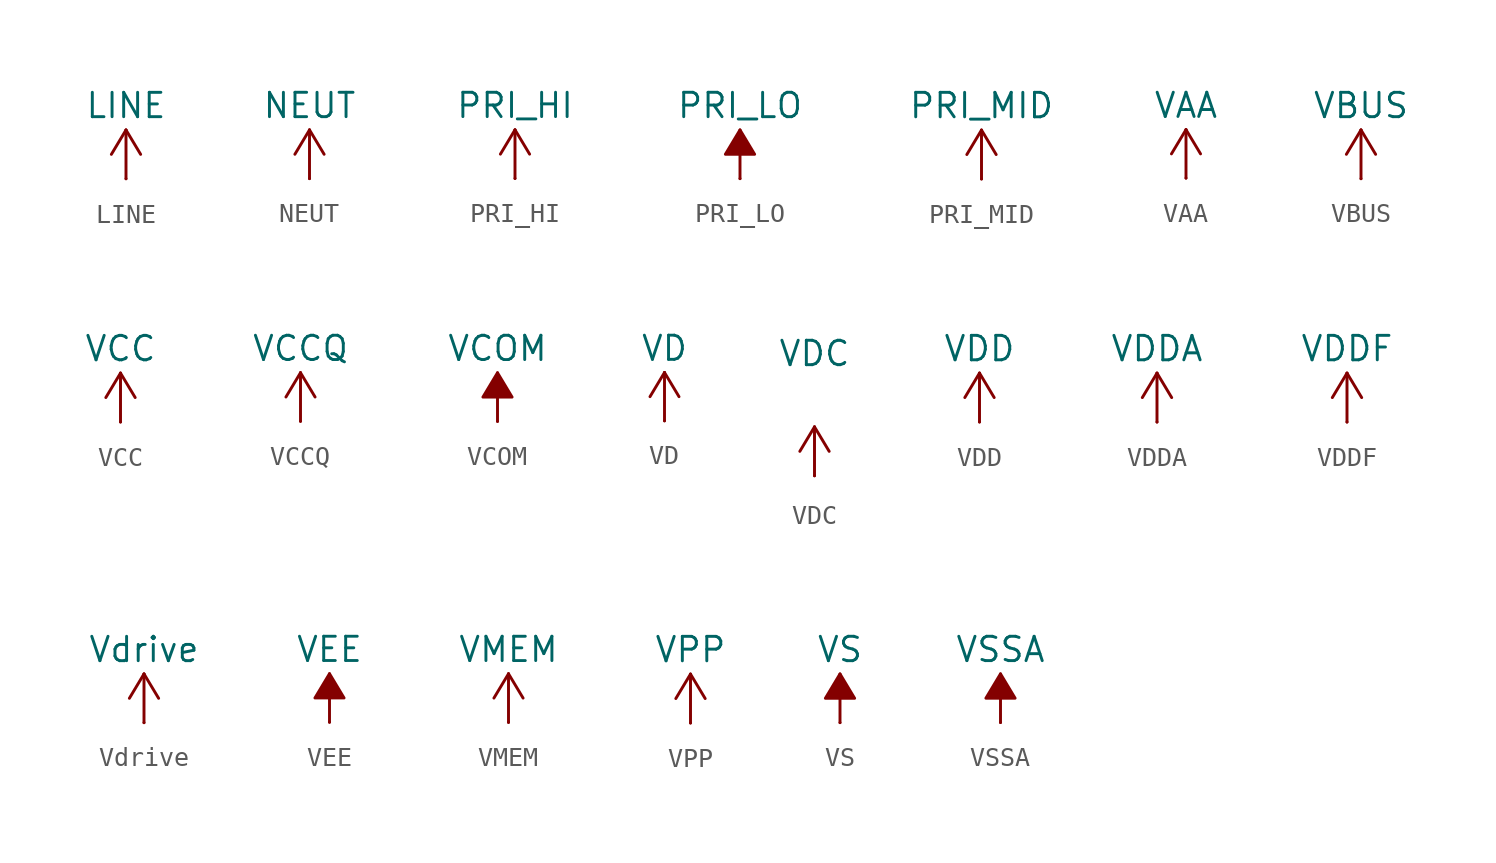
<source format=kicad_sym>
(kicad_symbol_lib
  (version 20231120)
  (generator "kicad_symbol_editor")
  (generator_version "8.0")
  (symbol "LINE"
    (power)
    (pin_numbers hide)
    (pin_names
      (offset 0) hide)
    (property "Reference" "#PWR"
      (at 0 -3.81 0)
      (effects (font (size 1.27 1.27)) (hide yes)))
    (property "Value" "LINE"
      (at 0 3.81 0)
      (effects (font (size 1.27 1.27))))
    (symbol "LINE_0_1"
      (polyline (pts (xy -0.762 1.27) (xy 0 2.54)) (stroke (width 0) (type default)) (fill (type none)))
      (polyline (pts (xy 0 0) (xy 0 2.54)) (stroke (width 0) (type default)) (fill (type none)))
      (polyline (pts (xy 0 2.54) (xy 0.762 1.27)) (stroke (width 0) (type default)) (fill (type none))))
    (symbol "LINE_1_1"
      (pin power_in line (at 0 0 90) (length 0) (name "~" (effects (font (size 1.27 1.27)))) (number "1" (effects (font (size 1.27 1.27)))))))
  (symbol "NEUT"
    (power)
    (pin_numbers hide)
    (pin_names
      (offset 0) hide)
    (property "Reference" "#PWR"
      (at 0 -3.81 0)
      (effects (font (size 1.27 1.27)) (hide yes)))
    (property "Value" "NEUT"
      (at 0 3.81 0)
      (effects (font (size 1.27 1.27))))
    (symbol "NEUT_0_1"
      (polyline (pts (xy -0.762 1.27) (xy 0 2.54)) (stroke (width 0) (type default)) (fill (type none)))
      (polyline (pts (xy 0 0) (xy 0 2.54)) (stroke (width 0) (type default)) (fill (type none)))
      (polyline (pts (xy 0 2.54) (xy 0.762 1.27)) (stroke (width 0) (type default)) (fill (type none))))
    (symbol "NEUT_1_1"
      (pin power_in line (at 0 0 90) (length 0) (name "~" (effects (font (size 1.27 1.27)))) (number "1" (effects (font (size 1.27 1.27)))))))
  (symbol "PRI_HI"
    (power)
    (pin_numbers hide)
    (pin_names
      (offset 0) hide)
    (property "Reference" "#PWR"
      (at 0 -3.81 0)
      (effects (font (size 1.27 1.27)) (hide yes)))
    (property "Value" "PRI_HI"
      (at 0 3.81 0)
      (effects (font (size 1.27 1.27))))
    (symbol "PRI_HI_0_1"
      (polyline (pts (xy -0.762 1.27) (xy 0 2.54)) (stroke (width 0) (type default)) (fill (type none)))
      (polyline (pts (xy 0 0) (xy 0 2.54)) (stroke (width 0) (type default)) (fill (type none)))
      (polyline (pts (xy 0 2.54) (xy 0.762 1.27)) (stroke (width 0) (type default)) (fill (type none))))
    (symbol "PRI_HI_1_1"
      (pin power_in line (at 0 0 90) (length 0) (name "~" (effects (font (size 1.27 1.27)))) (number "1" (effects (font (size 1.27 1.27)))))))
  (symbol "PRI_LO"
    (power)
    (pin_numbers hide)
    (pin_names
      (offset 0) hide)
    (property "Reference" "#PWR"
      (at 0 -3.81 0)
      (effects (font (size 1.27 1.27)) (hide yes)))
    (property "Value" "PRI_LO"
      (at 0 3.81 0)
      (effects (font (size 1.27 1.27))))
    (symbol "PRI_LO_0_1"
      (polyline (pts (xy 0 0) (xy 0 2.54)) (stroke (width 0) (type default)) (fill (type none)))
      (polyline (pts (xy 0.762 1.27) (xy -0.762 1.27) (xy 0 2.54) (xy 0.762 1.27)) (stroke (width 0) (type default)) (fill (type outline))))
    (symbol "PRI_LO_1_1"
      (pin power_in line (at 0 0 90) (length 0) (name "~" (effects (font (size 1.27 1.27)))) (number "1" (effects (font (size 1.27 1.27)))))))
  (symbol "PRI_MID"
    (power)
    (pin_numbers hide)
    (pin_names
      (offset 0) hide)
    (property "Reference" "#PWR"
      (at 0 -3.81 0)
      (effects (font (size 1.27 1.27)) (hide yes)))
    (property "Value" "PRI_MID"
      (at 0 3.81 0)
      (effects (font (size 1.27 1.27))))
    (symbol "PRI_MID_0_1"
      (polyline (pts (xy -0.762 1.27) (xy 0 2.54)) (stroke (width 0) (type default)) (fill (type none)))
      (polyline (pts (xy 0 0) (xy 0 2.54)) (stroke (width 0) (type default)) (fill (type none)))
      (polyline (pts (xy 0 2.54) (xy 0.762 1.27)) (stroke (width 0) (type default)) (fill (type none))))
    (symbol "PRI_MID_1_1"
      (pin power_in line (at 0 0 90) (length 0) (name "~" (effects (font (size 1.27 1.27)))) (number "1" (effects (font (size 1.27 1.27)))))))
  (symbol "VAA"
    (power)
    (pin_numbers hide)
    (pin_names
      (offset 0) hide)
    (property "Reference" "#PWR"
      (at 0 -3.81 0)
      (effects (font (size 1.27 1.27)) (hide yes)))
    (property "Value" "VAA"
      (at 0 3.81 0)
      (effects (font (size 1.27 1.27))))
    (symbol "VAA_0_1"
      (polyline (pts (xy -0.762 1.27) (xy 0 2.54)) (stroke (width 0) (type default)) (fill (type none)))
      (polyline (pts (xy 0 0) (xy 0 2.54)) (stroke (width 0) (type default)) (fill (type none)))
      (polyline (pts (xy 0 2.54) (xy 0.762 1.27)) (stroke (width 0) (type default)) (fill (type none))))
    (symbol "VAA_1_1"
      (pin power_in line (at 0 0 90) (length 0) (name "~" (effects (font (size 1.27 1.27)))) (number "1" (effects (font (size 1.27 1.27)))))))
  (symbol "VBUS"
    (power)
    (pin_numbers hide)
    (pin_names
      (offset 0) hide)
    (property "Reference" "#PWR"
      (at 0 -3.81 0)
      (effects (font (size 1.27 1.27)) (hide yes)))
    (property "Value" "VBUS"
      (at 0 3.81 0)
      (effects (font (size 1.27 1.27))))
    (symbol "VBUS_0_1"
      (polyline (pts (xy -0.762 1.27) (xy 0 2.54)) (stroke (width 0) (type default)) (fill (type none)))
      (polyline (pts (xy 0 0) (xy 0 2.54)) (stroke (width 0) (type default)) (fill (type none)))
      (polyline (pts (xy 0 2.54) (xy 0.762 1.27)) (stroke (width 0) (type default)) (fill (type none))))
    (symbol "VBUS_1_1"
      (pin power_in line (at 0 0 90) (length 0) (name "~" (effects (font (size 1.27 1.27)))) (number "1" (effects (font (size 1.27 1.27)))))))
  (symbol "VCC"
    (power)
    (pin_numbers hide)
    (pin_names
      (offset 0) hide)
    (property "Reference" "#PWR"
      (at 0 -3.81 0)
      (effects (font (size 1.27 1.27)) (hide yes)))
    (property "Value" "VCC"
      (at 0 3.81 0)
      (effects (font (size 1.27 1.27))))
    (symbol "VCC_0_1"
      (polyline (pts (xy -0.762 1.27) (xy 0 2.54)) (stroke (width 0) (type default)) (fill (type none)))
      (polyline (pts (xy 0 0) (xy 0 2.54)) (stroke (width 0) (type default)) (fill (type none)))
      (polyline (pts (xy 0 2.54) (xy 0.762 1.27)) (stroke (width 0) (type default)) (fill (type none))))
    (symbol "VCC_1_1"
      (pin power_in line (at 0 0 90) (length 0) (name "~" (effects (font (size 1.27 1.27)))) (number "1" (effects (font (size 1.27 1.27)))))))
  (symbol "VCCQ"
    (power)
    (pin_numbers hide)
    (pin_names
      (offset 0) hide)
    (property "Reference" "#PWR"
      (at 0 -3.81 0)
      (effects (font (size 1.27 1.27)) (hide yes)))
    (property "Value" "VCCQ"
      (at 0 3.81 0)
      (effects (font (size 1.27 1.27))))
    (symbol "VCCQ_0_1"
      (polyline (pts (xy -0.762 1.27) (xy 0 2.54)) (stroke (width 0) (type default)) (fill (type none)))
      (polyline (pts (xy 0 0) (xy 0 2.54)) (stroke (width 0) (type default)) (fill (type none)))
      (polyline (pts (xy 0 2.54) (xy 0.762 1.27)) (stroke (width 0) (type default)) (fill (type none))))
    (symbol "VCCQ_1_1"
      (pin power_in line (at 0 0 90) (length 0) (name "~" (effects (font (size 1.27 1.27)))) (number "1" (effects (font (size 1.27 1.27)))))))
  (symbol "VCOM"
    (power)
    (pin_numbers hide)
    (pin_names
      (offset 0) hide)
    (property "Reference" "#PWR"
      (at 0 -3.81 0)
      (effects (font (size 1.27 1.27)) (hide yes)))
    (property "Value" "VCOM"
      (at 0 3.81 0)
      (effects (font (size 1.27 1.27))))
    (symbol "VCOM_0_1"
      (polyline (pts (xy 0 0) (xy 0 2.54)) (stroke (width 0) (type default)) (fill (type none)))
      (polyline (pts (xy 0.762 1.27) (xy -0.762 1.27) (xy 0 2.54) (xy 0.762 1.27)) (stroke (width 0) (type default)) (fill (type outline))))
    (symbol "VCOM_1_1"
      (pin power_in line (at 0 0 90) (length 0) (name "~" (effects (font (size 1.27 1.27)))) (number "1" (effects (font (size 1.27 1.27)))))))
  (symbol "VD"
    (power)
    (pin_numbers hide)
    (pin_names
      (offset 0) hide)
    (property "Reference" "#PWR"
      (at 0 -3.81 0)
      (effects (font (size 1.27 1.27)) (hide yes)))
    (property "Value" "VD"
      (at 0 3.81 0)
      (effects (font (size 1.27 1.27))))
    (symbol "VD_0_1"
      (polyline (pts (xy -0.762 1.27) (xy 0 2.54)) (stroke (width 0) (type default)) (fill (type none)))
      (polyline (pts (xy 0 0) (xy 0 2.54)) (stroke (width 0) (type default)) (fill (type none)))
      (polyline (pts (xy 0 2.54) (xy 0.762 1.27)) (stroke (width 0) (type default)) (fill (type none))))
    (symbol "VD_1_1"
      (pin power_in line (at 0 0 90) (length 0) (name "~" (effects (font (size 1.27 1.27)))) (number "1" (effects (font (size 1.27 1.27)))))))
  (symbol "VDC"
    (power)
    (pin_numbers hide)
    (pin_names
      (offset 0) hide)
    (property "Reference" "#PWR"
      (at 0 -2.54 0)
      (effects (font (size 1.27 1.27)) (hide yes)))
    (property "Value" "VDC"
      (at 0 6.35 0)
      (effects (font (size 1.27 1.27))))
    (symbol "VDC_0_1"
      (polyline (pts (xy -0.762 1.27) (xy 0 2.54)) (stroke (width 0) (type default)) (fill (type none)))
      (polyline (pts (xy 0 0) (xy 0 2.54)) (stroke (width 0) (type default)) (fill (type none)))
      (polyline (pts (xy 0 2.54) (xy 0.762 1.27)) (stroke (width 0) (type default)) (fill (type none))))
    (symbol "VDC_1_1"
      (pin power_in line (at 0 0 90) (length 0) (name "~" (effects (font (size 1.27 1.27)))) (number "1" (effects (font (size 1.27 1.27)))))))
  (symbol "VDD"
    (power)
    (pin_numbers hide)
    (pin_names
      (offset 0) hide)
    (property "Reference" "#PWR"
      (at 0 -3.81 0)
      (effects (font (size 1.27 1.27)) (hide yes)))
    (property "Value" "VDD"
      (at 0 3.81 0)
      (effects (font (size 1.27 1.27))))
    (symbol "VDD_0_1"
      (polyline (pts (xy -0.762 1.27) (xy 0 2.54)) (stroke (width 0) (type default)) (fill (type none)))
      (polyline (pts (xy 0 0) (xy 0 2.54)) (stroke (width 0) (type default)) (fill (type none)))
      (polyline (pts (xy 0 2.54) (xy 0.762 1.27)) (stroke (width 0) (type default)) (fill (type none))))
    (symbol "VDD_1_1"
      (pin power_in line (at 0 0 90) (length 0) (name "~" (effects (font (size 1.27 1.27)))) (number "1" (effects (font (size 1.27 1.27)))))))
  (symbol "VDDA"
    (power)
    (pin_numbers hide)
    (pin_names
      (offset 0) hide)
    (property "Reference" "#PWR"
      (at 0 -3.81 0)
      (effects (font (size 1.27 1.27)) (hide yes)))
    (property "Value" "VDDA"
      (at 0 3.81 0)
      (effects (font (size 1.27 1.27))))
    (symbol "VDDA_0_1"
      (polyline (pts (xy -0.762 1.27) (xy 0 2.54)) (stroke (width 0) (type default)) (fill (type none)))
      (polyline (pts (xy 0 0) (xy 0 2.54)) (stroke (width 0) (type default)) (fill (type none)))
      (polyline (pts (xy 0 2.54) (xy 0.762 1.27)) (stroke (width 0) (type default)) (fill (type none))))
    (symbol "VDDA_1_1"
      (pin power_in line (at 0 0 90) (length 0) (name "~" (effects (font (size 1.27 1.27)))) (number "1" (effects (font (size 1.27 1.27)))))))
  (symbol "VDDF"
    (power)
    (pin_numbers hide)
    (pin_names
      (offset 0) hide)
    (property "Reference" "#PWR"
      (at 0 -3.81 0)
      (effects (font (size 1.27 1.27)) (hide yes)))
    (property "Value" "VDDF"
      (at 0 3.81 0)
      (effects (font (size 1.27 1.27))))
    (symbol "VDDF_0_1"
      (polyline (pts (xy -0.762 1.27) (xy 0 2.54)) (stroke (width 0) (type default)) (fill (type none)))
      (polyline (pts (xy 0 0) (xy 0 2.54)) (stroke (width 0) (type default)) (fill (type none)))
      (polyline (pts (xy 0 2.54) (xy 0.762 1.27)) (stroke (width 0) (type default)) (fill (type none))))
    (symbol "VDDF_1_1"
      (pin power_in line (at 0 0 90) (length 0) (name "~" (effects (font (size 1.27 1.27)))) (number "1" (effects (font (size 1.27 1.27)))))))
  (symbol "Vdrive"
    (power)
    (pin_numbers hide)
    (pin_names
      (offset 0) hide)
    (property "Reference" "#PWR"
      (at -5.08 -3.81 0)
      (effects (font (size 1.27 1.27)) (hide yes)))
    (property "Value" "Vdrive"
      (at 0 3.81 0)
      (effects (font (size 1.27 1.27))))
    (symbol "Vdrive_0_1"
      (polyline (pts (xy -0.762 1.27) (xy 0 2.54)) (stroke (width 0) (type default)) (fill (type none)))
      (polyline (pts (xy 0 0) (xy 0 2.54)) (stroke (width 0) (type default)) (fill (type none)))
      (polyline (pts (xy 0 2.54) (xy 0.762 1.27)) (stroke (width 0) (type default)) (fill (type none))))
    (symbol "Vdrive_1_1"
      (pin power_in line (at 0 0 90) (length 0) (name "~" (effects (font (size 1.27 1.27)))) (number "1" (effects (font (size 1.27 1.27)))))))
  (symbol "VEE"
    (power)
    (pin_numbers hide)
    (pin_names
      (offset 0) hide)
    (property "Reference" "#PWR"
      (at 0 -3.81 0)
      (effects (font (size 1.27 1.27)) (hide yes)))
    (property "Value" "VEE"
      (at 0 3.81 0)
      (effects (font (size 1.27 1.27))))
    (symbol "VEE_0_1"
      (polyline (pts (xy 0 0) (xy 0 2.54)) (stroke (width 0) (type default)) (fill (type none)))
      (polyline (pts (xy 0.762 1.27) (xy -0.762 1.27) (xy 0 2.54) (xy 0.762 1.27)) (stroke (width 0) (type default)) (fill (type outline))))
    (symbol "VEE_1_1"
      (pin power_in line (at 0 0 90) (length 0) (name "~" (effects (font (size 1.27 1.27)))) (number "1" (effects (font (size 1.27 1.27)))))))
  (symbol "VMEM"
    (power)
    (pin_numbers hide)
    (pin_names
      (offset 0) hide)
    (property "Reference" "#PWR"
      (at 0 -3.81 0)
      (effects (font (size 1.27 1.27)) (hide yes)))
    (property "Value" "VMEM"
      (at 0 3.81 0)
      (effects (font (size 1.27 1.27))))
    (symbol "VMEM_0_1"
      (polyline (pts (xy -0.762 1.27) (xy 0 2.54)) (stroke (width 0) (type default)) (fill (type none)))
      (polyline (pts (xy 0 0) (xy 0 2.54)) (stroke (width 0) (type default)) (fill (type none)))
      (polyline (pts (xy 0 2.54) (xy 0.762 1.27)) (stroke (width 0) (type default)) (fill (type none))))
    (symbol "VMEM_1_1"
      (pin power_in line (at 0 0 90) (length 0) (name "~" (effects (font (size 1.27 1.27)))) (number "1" (effects (font (size 1.27 1.27)))))))
  (symbol "VPP"
    (power)
    (pin_numbers hide)
    (pin_names
      (offset 0) hide)
    (property "Reference" "#PWR"
      (at 0 -3.81 0)
      (effects (font (size 1.27 1.27)) (hide yes)))
    (property "Value" "VPP"
      (at 0 3.81 0)
      (effects (font (size 1.27 1.27))))
    (symbol "VPP_0_1"
      (polyline (pts (xy -0.762 1.27) (xy 0 2.54)) (stroke (width 0) (type default)) (fill (type none)))
      (polyline (pts (xy 0 0) (xy 0 2.54)) (stroke (width 0) (type default)) (fill (type none)))
      (polyline (pts (xy 0 2.54) (xy 0.762 1.27)) (stroke (width 0) (type default)) (fill (type none))))
    (symbol "VPP_1_1"
      (pin power_in line (at 0 0 90) (length 0) (name "~" (effects (font (size 1.27 1.27)))) (number "1" (effects (font (size 1.27 1.27)))))))
  (symbol "VS"
    (power)
    (pin_numbers hide)
    (pin_names
      (offset 0) hide)
    (property "Reference" "#PWR"
      (at -5.08 -3.81 0)
      (effects (font (size 1.27 1.27)) (hide yes)))
    (property "Value" "VS"
      (at 0 3.81 0)
      (effects (font (size 1.27 1.27))))
    (symbol "VS_0_1"
      (polyline (pts (xy 0 0) (xy 0 2.54)) (stroke (width 0) (type default)) (fill (type none)))
      (polyline (pts (xy 0.762 1.27) (xy -0.762 1.27) (xy 0 2.54) (xy 0.762 1.27)) (stroke (width 0) (type default)) (fill (type outline))))
    (symbol "VS_1_1"
      (pin power_in line (at 0 0 90) (length 0) (name "~" (effects (font (size 1.27 1.27)))) (number "1" (effects (font (size 1.27 1.27)))))))
  (symbol "VSSA"
    (power)
    (pin_numbers hide)
    (pin_names
      (offset 0) hide)
    (property "Reference" "#PWR"
      (at 0 -3.81 0)
      (effects (font (size 1.27 1.27)) (hide yes)))
    (property "Value" "VSSA"
      (at 0 3.81 0)
      (effects (font (size 1.27 1.27))))
    (symbol "VSSA_0_1"
      (polyline (pts (xy 0 0) (xy 0 2.54)) (stroke (width 0) (type default)) (fill (type none)))
      (polyline (pts (xy 0.762 1.27) (xy -0.762 1.27) (xy 0 2.54) (xy 0.762 1.27)) (stroke (width 0) (type default)) (fill (type outline))))
    (symbol "VSSA_1_1"
      (pin power_in line (at 0 0 90) (length 0) (name "~" (effects (font (size 1.27 1.27)))) (number "1" (effects (font (size 1.27 1.27))))))))
</source>
